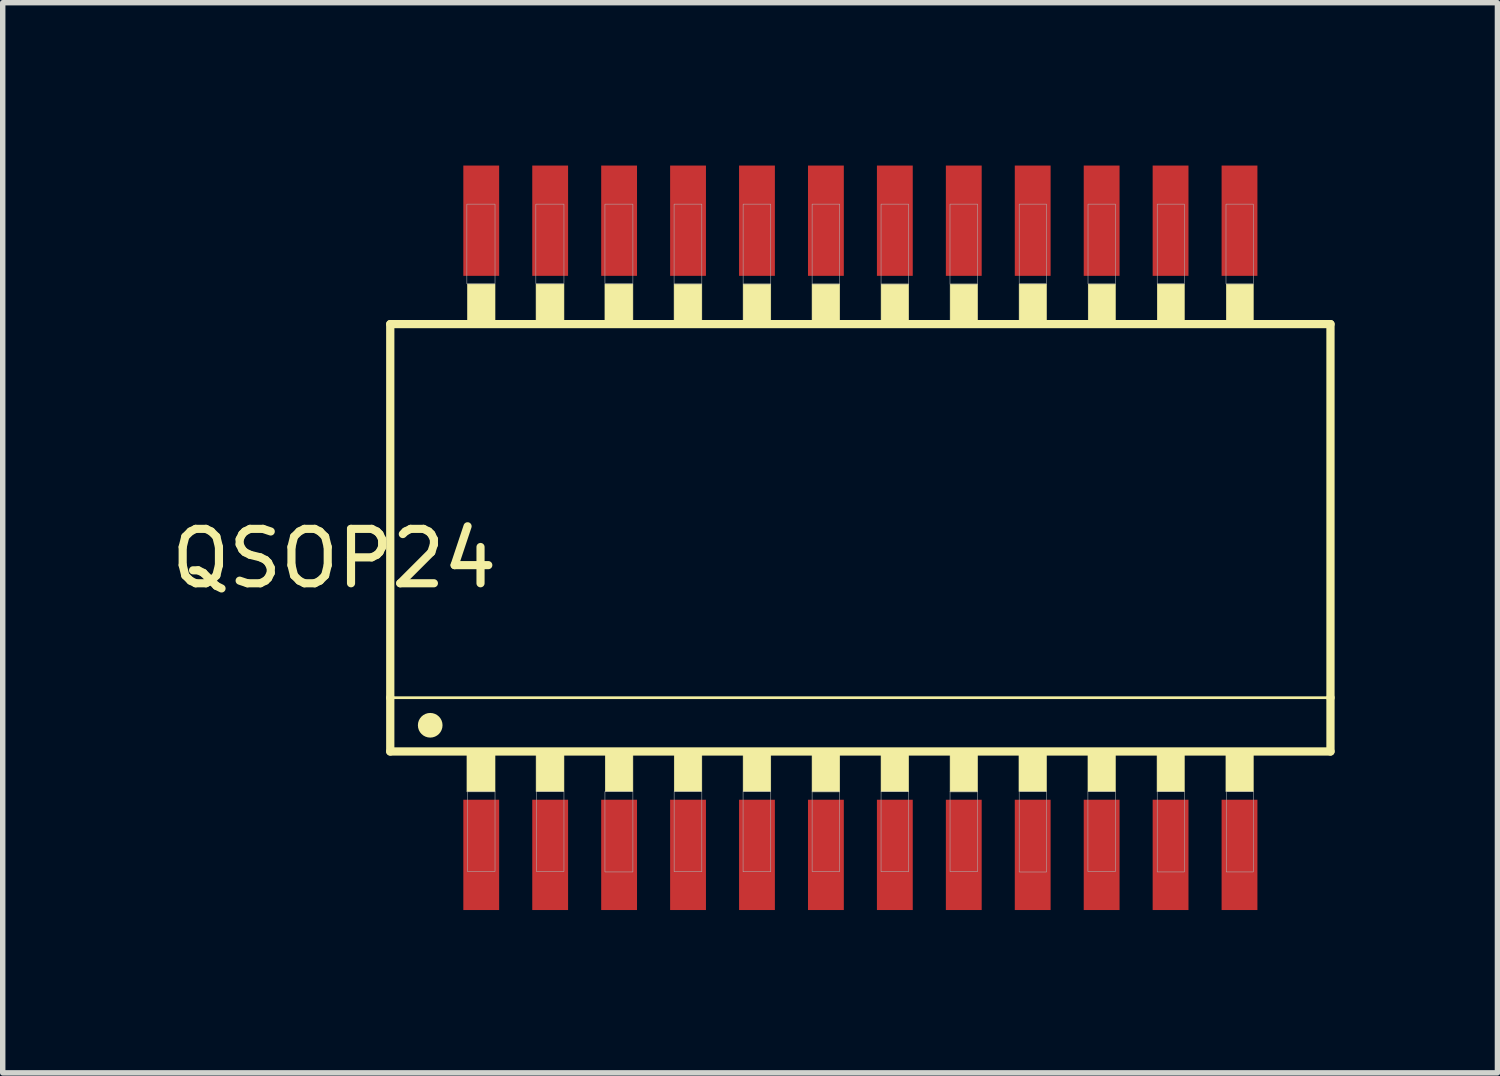
<source format=kicad_pcb>
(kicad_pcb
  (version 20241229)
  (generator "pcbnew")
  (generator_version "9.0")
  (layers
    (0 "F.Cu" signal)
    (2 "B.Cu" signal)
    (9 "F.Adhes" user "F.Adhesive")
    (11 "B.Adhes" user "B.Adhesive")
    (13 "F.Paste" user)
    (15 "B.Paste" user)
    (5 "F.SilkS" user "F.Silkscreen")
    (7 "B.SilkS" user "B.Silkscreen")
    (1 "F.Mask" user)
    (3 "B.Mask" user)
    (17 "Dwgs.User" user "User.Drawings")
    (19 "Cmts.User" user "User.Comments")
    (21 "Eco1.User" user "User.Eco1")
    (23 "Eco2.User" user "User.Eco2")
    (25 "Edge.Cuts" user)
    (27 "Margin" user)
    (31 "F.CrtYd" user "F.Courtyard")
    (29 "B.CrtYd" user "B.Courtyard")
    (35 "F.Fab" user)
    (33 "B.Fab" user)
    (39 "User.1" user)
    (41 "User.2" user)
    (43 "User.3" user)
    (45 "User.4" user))
  (footprint "QSOP24"
    (layer "F.Cu")
    (at 12.801 6.858)
    (property "Reference" "QSOP24" (at -9.694 0.382 180) (layer "F.SilkS") (effects (font (size 1.002 1.002) (thickness 0.15))))
    (attr through_hole)
    (fp_line (start -8.661 -3.937) (end -8.661 2.946) (stroke (width 0.152) (type solid)) (layer "F.SilkS"))
    (fp_line (start -8.661 2.946) (end -8.661 3.937) (stroke (width 0.152) (type solid)) (layer "F.SilkS"))
    (fp_line (start -8.661 2.946) (end 8.661 2.946) (stroke (width 0.051) (type solid)) (layer "F.SilkS"))
    (fp_line (start -8.661 3.937) (end 8.661 3.937) (stroke (width 0.152) (type solid)) (layer "F.SilkS"))
    (fp_line (start 8.661 -3.937) (end -8.661 -3.937) (stroke (width 0.152) (type solid)) (layer "F.SilkS"))
    (fp_line (start 8.661 2.946) (end 8.661 -3.937) (stroke (width 0.152) (type solid)) (layer "F.SilkS"))
    (fp_line (start 8.661 3.937) (end 8.661 2.946) (stroke (width 0.152) (type solid)) (layer "F.SilkS"))
    (fp_circle (center -7.925 3.454) (end -7.698 3.454) (stroke (width 0) (type solid)) (fill yes) (layer "F.SilkS"))
    (fp_poly (pts (xy -7.248 3.937) (xy -6.731 3.937) (xy -6.731 4.68) (xy -7.248 4.68)) (stroke (width 0.01) (type solid)) (fill yes) (layer "F.SilkS"))
    (fp_poly (pts (xy -7.239 -4.674) (xy -6.731 -4.674) (xy -6.731 -3.937) (xy -7.239 -3.937)) (stroke (width 0.01) (type solid)) (fill yes) (layer "F.SilkS"))
    (fp_poly (pts (xy -5.975 -4.674) (xy -5.461 -4.674) (xy -5.461 -3.941) (xy -5.975 -3.941)) (stroke (width 0.01) (type solid)) (fill yes) (layer "F.SilkS"))
    (fp_poly (pts (xy -5.974 3.937) (xy -5.461 3.937) (xy -5.461 4.677) (xy -5.974 4.677)) (stroke (width 0.01) (type solid)) (fill yes) (layer "F.SilkS"))
    (fp_poly (pts (xy -4.706 -4.674) (xy -4.191 -4.674) (xy -4.191 -3.943) (xy -4.706 -3.943)) (stroke (width 0.01) (type solid)) (fill yes) (layer "F.SilkS"))
    (fp_poly (pts (xy -4.7 3.937) (xy -4.191 3.937) (xy -4.191 4.675) (xy -4.7 4.675)) (stroke (width 0.01) (type solid)) (fill yes) (layer "F.SilkS"))
    (fp_poly (pts (xy -3.432 -4.674) (xy -2.921 -4.674) (xy -2.921 -3.94) (xy -3.432 -3.94)) (stroke (width 0.01) (type solid)) (fill yes) (layer "F.SilkS"))
    (fp_poly (pts (xy -3.429 3.937) (xy -2.921 3.937) (xy -2.921 4.674) (xy -3.429 4.674)) (stroke (width 0.01) (type solid)) (fill yes) (layer "F.SilkS"))
    (fp_poly (pts (xy -2.16 -4.674) (xy -1.651 -4.674) (xy -1.651 -3.939) (xy -2.16 -3.939)) (stroke (width 0.01) (type solid)) (fill yes) (layer "F.SilkS"))
    (fp_poly (pts (xy -2.16 3.937) (xy -1.651 3.937) (xy -1.651 4.675) (xy -2.16 4.675)) (stroke (width 0.01) (type solid)) (fill yes) (layer "F.SilkS"))
    (fp_poly (pts (xy -0.89 3.937) (xy -0.381 3.937) (xy -0.381 4.681) (xy -0.89 4.681)) (stroke (width 0.01) (type solid)) (fill yes) (layer "F.SilkS"))
    (fp_poly (pts (xy -0.89 -4.674) (xy -0.381 -4.674) (xy -0.381 -3.942) (xy -0.89 -3.942)) (stroke (width 0.01) (type solid)) (fill yes) (layer "F.SilkS"))
    (fp_poly (pts (xy 0.381 3.937) (xy 0.889 3.937) (xy 0.889 4.679) (xy 0.381 4.679)) (stroke (width 0.01) (type solid)) (fill yes) (layer "F.SilkS"))
    (fp_poly (pts (xy 0.382 -4.674) (xy 0.889 -4.674) (xy 0.889 -3.943) (xy 0.382 -3.943)) (stroke (width 0.01) (type solid)) (fill yes) (layer "F.SilkS"))
    (fp_poly (pts (xy 1.653 3.937) (xy 2.159 3.937) (xy 2.159 4.681) (xy 1.653 4.681)) (stroke (width 0.01) (type solid)) (fill yes) (layer "F.SilkS"))
    (fp_poly (pts (xy 1.654 -4.674) (xy 2.159 -4.674) (xy 2.159 -3.944) (xy 1.654 -3.944)) (stroke (width 0.01) (type solid)) (fill yes) (layer "F.SilkS"))
    (fp_poly (pts (xy 2.922 3.937) (xy 3.429 3.937) (xy 3.429 4.675) (xy 2.922 4.675)) (stroke (width 0.01) (type solid)) (fill yes) (layer "F.SilkS"))
    (fp_poly (pts (xy 2.925 -4.674) (xy 3.429 -4.674) (xy 3.429 -3.943) (xy 2.925 -3.943)) (stroke (width 0.01) (type solid)) (fill yes) (layer "F.SilkS"))
    (fp_poly (pts (xy 4.193 3.937) (xy 4.699 3.937) (xy 4.699 4.676) (xy 4.193 4.676)) (stroke (width 0.01) (type solid)) (fill yes) (layer "F.SilkS"))
    (fp_poly (pts (xy 4.198 -4.674) (xy 4.699 -4.674) (xy 4.699 -3.943) (xy 4.198 -3.943)) (stroke (width 0.01) (type solid)) (fill yes) (layer "F.SilkS"))
    (fp_poly (pts (xy 5.466 3.937) (xy 5.969 3.937) (xy 5.969 4.678) (xy 5.466 4.678)) (stroke (width 0.01) (type solid)) (fill yes) (layer "F.SilkS"))
    (fp_poly (pts (xy 5.47 -4.674) (xy 5.969 -4.674) (xy 5.969 -3.944) (xy 5.47 -3.944)) (stroke (width 0.01) (type solid)) (fill yes) (layer "F.SilkS"))
    (fp_poly (pts (xy 6.735 3.937) (xy 7.239 3.937) (xy 7.239 4.677) (xy 6.735 4.677)) (stroke (width 0.01) (type solid)) (fill yes) (layer "F.SilkS"))
    (fp_poly (pts (xy 6.742 -4.674) (xy 7.239 -4.674) (xy 7.239 -3.943) (xy 6.742 -3.943)) (stroke (width 0.01) (type solid)) (fill yes) (layer "F.SilkS"))
    (fp_poly (pts (xy -7.25 -6.147) (xy -6.731 -6.147) (xy -6.731 -4.68) (xy -7.25 -4.68)) (stroke (width 0.01) (type solid)) (fill no) (layer "F.Fab"))
    (fp_poly (pts (xy -7.24 4.674) (xy -6.731 4.674) (xy -6.731 6.147) (xy -7.24 6.147)) (stroke (width 0.01) (type solid)) (fill no) (layer "F.Fab"))
    (fp_poly (pts (xy -5.979 -6.147) (xy -5.461 -6.147) (xy -5.461 -4.681) (xy -5.979 -4.681)) (stroke (width 0.01) (type solid)) (fill no) (layer "F.Fab"))
    (fp_poly (pts (xy -5.969 4.674) (xy -5.461 4.674) (xy -5.461 6.147) (xy -5.969 6.147)) (stroke (width 0.01) (type solid)) (fill no) (layer "F.Fab"))
    (fp_poly (pts (xy -4.706 -6.147) (xy -4.191 -6.147) (xy -4.191 -4.681) (xy -4.706 -4.681)) (stroke (width 0.01) (type solid)) (fill no) (layer "F.Fab"))
    (fp_poly (pts (xy -4.706 4.674) (xy -4.191 4.674) (xy -4.191 6.156) (xy -4.706 6.156)) (stroke (width 0.01) (type solid)) (fill no) (layer "F.Fab"))
    (fp_poly (pts (xy -3.432 -6.147) (xy -2.921 -6.147) (xy -2.921 -4.677) (xy -3.432 -4.677)) (stroke (width 0.01) (type solid)) (fill no) (layer "F.Fab"))
    (fp_poly (pts (xy -3.431 4.674) (xy -2.921 4.674) (xy -2.921 6.151) (xy -3.431 6.151)) (stroke (width 0.01) (type solid)) (fill no) (layer "F.Fab"))
    (fp_poly (pts (xy -2.161 4.674) (xy -1.651 4.674) (xy -1.651 6.152) (xy -2.161 6.152)) (stroke (width 0.01) (type solid)) (fill no) (layer "F.Fab"))
    (fp_poly (pts (xy -2.16 -6.147) (xy -1.651 -6.147) (xy -1.651 -4.676) (xy -2.16 -4.676)) (stroke (width 0.01) (type solid)) (fill no) (layer "F.Fab"))
    (fp_poly (pts (xy -0.889 -6.147) (xy -0.381 -6.147) (xy -0.381 -4.676) (xy -0.889 -4.676)) (stroke (width 0.01) (type solid)) (fill no) (layer "F.Fab"))
    (fp_poly (pts (xy -0.889 4.674) (xy -0.381 4.674) (xy -0.381 6.149) (xy -0.889 6.149)) (stroke (width 0.01) (type solid)) (fill no) (layer "F.Fab"))
    (fp_poly (pts (xy 0.381 -6.147) (xy 0.889 -6.147) (xy 0.889 -4.675) (xy 0.381 -4.675)) (stroke (width 0.01) (type solid)) (fill no) (layer "F.Fab"))
    (fp_poly (pts (xy 0.381 4.674) (xy 0.889 4.674) (xy 0.889 6.151) (xy 0.381 6.151)) (stroke (width 0.01) (type solid)) (fill no) (layer "F.Fab"))
    (fp_poly (pts (xy 1.651 -6.147) (xy 2.159 -6.147) (xy 2.159 -4.674) (xy 1.651 -4.674)) (stroke (width 0.01) (type solid)) (fill no) (layer "F.Fab"))
    (fp_poly (pts (xy 1.652 4.674) (xy 2.159 4.674) (xy 2.159 6.15) (xy 1.652 6.15)) (stroke (width 0.01) (type solid)) (fill no) (layer "F.Fab"))
    (fp_poly (pts (xy 2.926 -6.147) (xy 3.429 -6.147) (xy 3.429 -4.681) (xy 2.926 -4.681)) (stroke (width 0.01) (type solid)) (fill no) (layer "F.Fab"))
    (fp_poly (pts (xy 2.926 4.674) (xy 3.429 4.674) (xy 3.429 6.157) (xy 2.926 6.157)) (stroke (width 0.01) (type solid)) (fill no) (layer "F.Fab"))
    (fp_poly (pts (xy 4.192 4.674) (xy 4.699 4.674) (xy 4.699 6.148) (xy 4.192 6.148)) (stroke (width 0.01) (type solid)) (fill no) (layer "F.Fab"))
    (fp_poly (pts (xy 4.194 -6.147) (xy 4.699 -6.147) (xy 4.699 -4.677) (xy 4.194 -4.677)) (stroke (width 0.01) (type solid)) (fill no) (layer "F.Fab"))
    (fp_poly (pts (xy 5.469 -6.147) (xy 5.969 -6.147) (xy 5.969 -4.68) (xy 5.469 -4.68)) (stroke (width 0.01) (type solid)) (fill no) (layer "F.Fab"))
    (fp_poly (pts (xy 5.469 4.674) (xy 5.969 4.674) (xy 5.969 6.156) (xy 5.469 6.156)) (stroke (width 0.01) (type solid)) (fill no) (layer "F.Fab"))
    (fp_poly (pts (xy 6.736 -6.147) (xy 7.239 -6.147) (xy 7.239 -4.677) (xy 6.736 -4.677)) (stroke (width 0.01) (type solid)) (fill no) (layer "F.Fab"))
    (fp_poly (pts (xy 6.741 4.674) (xy 7.239 4.674) (xy 7.239 6.156) (xy 6.741 6.156)) (stroke (width 0.01) (type solid)) (fill no) (layer "F.Fab"))
    (pad "1" smd rect (at -6.985 5.842) (size 0.66 2.032) (layers "F.Cu" "F.Mask" "F.Paste"))
    (pad "2" smd rect (at -5.715 5.842) (size 0.66 2.032) (layers "F.Cu" "F.Mask" "F.Paste"))
    (pad "3" smd rect (at -4.445 5.842) (size 0.66 2.032) (layers "F.Cu" "F.Mask" "F.Paste"))
    (pad "4" smd rect (at -3.175 5.842) (size 0.66 2.032) (layers "F.Cu" "F.Mask" "F.Paste"))
    (pad "5" smd rect (at -1.905 5.842) (size 0.66 2.032) (layers "F.Cu" "F.Mask" "F.Paste"))
    (pad "6" smd rect (at -0.635 5.842) (size 0.66 2.032) (layers "F.Cu" "F.Mask" "F.Paste"))
    (pad "7" smd rect (at 0.635 5.842) (size 0.66 2.032) (layers "F.Cu" "F.Mask" "F.Paste"))
    (pad "8" smd rect (at 1.905 5.842) (size 0.66 2.032) (layers "F.Cu" "F.Mask" "F.Paste"))
    (pad "9" smd rect (at 3.175 5.842) (size 0.66 2.032) (layers "F.Cu" "F.Mask" "F.Paste"))
    (pad "10" smd rect (at 4.445 5.842) (size 0.66 2.032) (layers "F.Cu" "F.Mask" "F.Paste"))
    (pad "11" smd rect (at 5.715 5.842) (size 0.66 2.032) (layers "F.Cu" "F.Mask" "F.Paste"))
    (pad "12" smd rect (at 6.985 5.842) (size 0.66 2.032) (layers "F.Cu" "F.Mask" "F.Paste"))
    (pad "13" smd rect (at 6.985 -5.842) (size 0.66 2.032) (layers "F.Cu" "F.Mask" "F.Paste"))
    (pad "14" smd rect (at 5.715 -5.842) (size 0.66 2.032) (layers "F.Cu" "F.Mask" "F.Paste"))
    (pad "15" smd rect (at 4.445 -5.842) (size 0.66 2.032) (layers "F.Cu" "F.Mask" "F.Paste"))
    (pad "16" smd rect (at 3.175 -5.842) (size 0.66 2.032) (layers "F.Cu" "F.Mask" "F.Paste"))
    (pad "17" smd rect (at 1.905 -5.842) (size 0.66 2.032) (layers "F.Cu" "F.Mask" "F.Paste"))
    (pad "18" smd rect (at 0.635 -5.842) (size 0.66 2.032) (layers "F.Cu" "F.Mask" "F.Paste"))
    (pad "19" smd rect (at -0.635 -5.842) (size 0.66 2.032) (layers "F.Cu" "F.Mask" "F.Paste"))
    (pad "20" smd rect (at -1.905 -5.842) (size 0.66 2.032) (layers "F.Cu" "F.Mask" "F.Paste"))
    (pad "21" smd rect (at -3.175 -5.842) (size 0.66 2.032) (layers "F.Cu" "F.Mask" "F.Paste"))
    (pad "22" smd rect (at -4.445 -5.842) (size 0.66 2.032) (layers "F.Cu" "F.Mask" "F.Paste"))
    (pad "23" smd rect (at -5.715 -5.842) (size 0.66 2.032) (layers "F.Cu" "F.Mask" "F.Paste"))
    (pad "24" smd rect (at -6.985 -5.842) (size 0.66 2.032) (layers "F.Cu" "F.Mask" "F.Paste")))
  (gr_rect
    (start -3 -3)
    (end 24.538 16.716)
    (stroke (width 0.1) (type default))
    (fill no)
    (layer "Edge.Cuts")))
</source>
